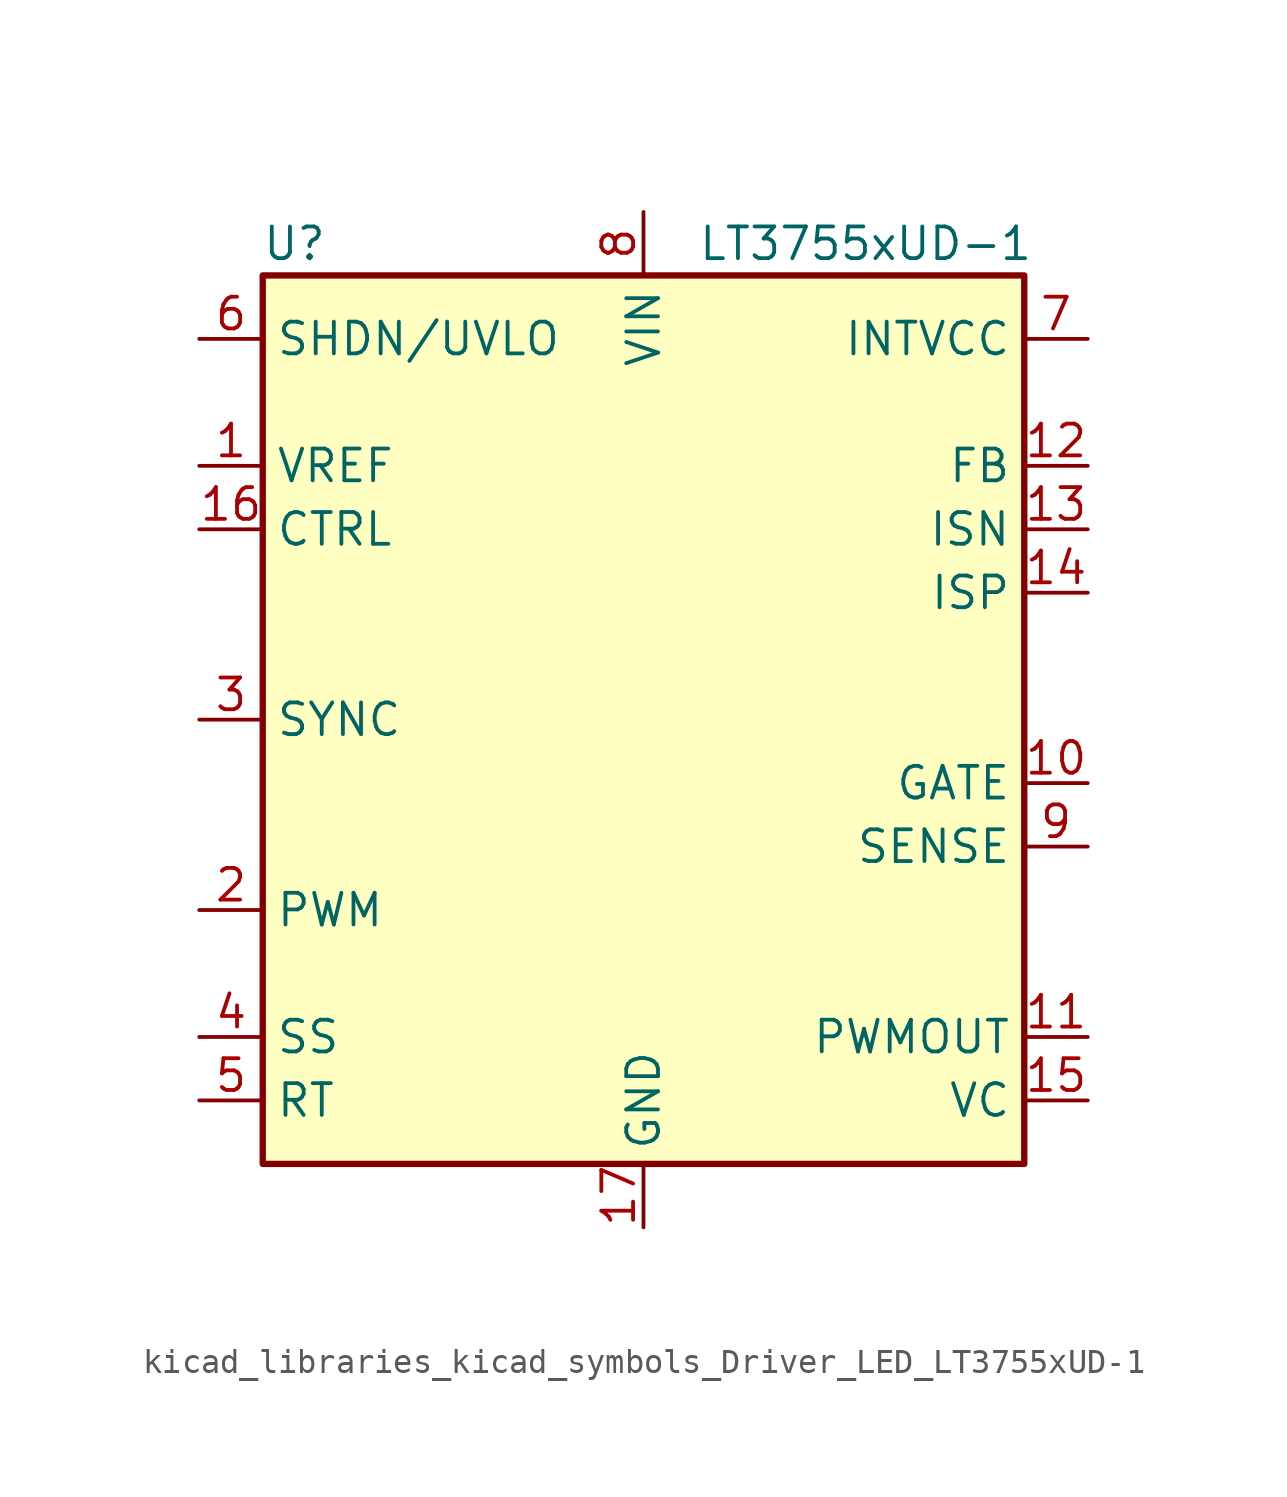
<source format=kicad_sym>
(kicad_symbol_lib
  (version 20220914)
  (generator kicad_symbol_editor)
  (symbol "kicad_libraries_kicad_symbols_Driver_LED_LT3755xUD-1"
    (property "Reference" "U"
      (at -13.97 19.05 0)
      (effects (font (size 1.27 1.27))))
    (property "Value" "LT3755xUD-1"
      (at 8.89 19.05 0)
      (effects (font (size 1.27 1.27))))
    (symbol "kicad_libraries_kicad_symbols_Driver_LED_LT3755xUD-1_0_1"
      (rectangle (start -15.24 -17.78) (end 15.24 17.78) (stroke (width 0.254) (type default)) (fill (type background))))
    (symbol "kicad_libraries_kicad_symbols_Driver_LED_LT3755xUD-1_1_1"
      (pin output line (at -17.78 10.16 0) (length 2.54) (name "VREF" (effects (font (size 1.27 1.27)))) (number "1" (effects (font (size 1.27 1.27)))))
      (pin output line (at 17.78 -2.54 180) (length 2.54) (name "GATE" (effects (font (size 1.27 1.27)))) (number "10" (effects (font (size 1.27 1.27)))))
      (pin output line (at 17.78 -12.7 180) (length 2.54) (name "PWMOUT" (effects (font (size 1.27 1.27)))) (number "11" (effects (font (size 1.27 1.27)))))
      (pin input line (at 17.78 10.16 180) (length 2.54) (name "FB" (effects (font (size 1.27 1.27)))) (number "12" (effects (font (size 1.27 1.27)))))
      (pin input line (at 17.78 7.62 180) (length 2.54) (name "ISN" (effects (font (size 1.27 1.27)))) (number "13" (effects (font (size 1.27 1.27)))))
      (pin input line (at 17.78 5.08 180) (length 2.54) (name "ISP" (effects (font (size 1.27 1.27)))) (number "14" (effects (font (size 1.27 1.27)))))
      (pin output line (at 17.78 -15.24 180) (length 2.54) (name "VC" (effects (font (size 1.27 1.27)))) (number "15" (effects (font (size 1.27 1.27)))))
      (pin input line (at -17.78 7.62 0) (length 2.54) (name "CTRL" (effects (font (size 1.27 1.27)))) (number "16" (effects (font (size 1.27 1.27)))))
      (pin power_in line (at 0 -20.32 90) (length 2.54) (name "GND" (effects (font (size 1.27 1.27)))) (number "17" (effects (font (size 1.27 1.27)))))
      (pin input line (at -17.78 -7.62 0) (length 2.54) (name "PWM" (effects (font (size 1.27 1.27)))) (number "2" (effects (font (size 1.27 1.27)))))
      (pin input line (at -17.78 0 0) (length 2.54) (name "SYNC" (effects (font (size 1.27 1.27)))) (number "3" (effects (font (size 1.27 1.27)))))
      (pin input line (at -17.78 -12.7 0) (length 2.54) (name "SS" (effects (font (size 1.27 1.27)))) (number "4" (effects (font (size 1.27 1.27)))))
      (pin input line (at -17.78 -15.24 0) (length 2.54) (name "RT" (effects (font (size 1.27 1.27)))) (number "5" (effects (font (size 1.27 1.27)))))
      (pin input line (at -17.78 15.24 0) (length 2.54) (name "SHDN/UVLO" (effects (font (size 1.27 1.27)))) (number "6" (effects (font (size 1.27 1.27)))))
      (pin power_out line (at 17.78 15.24 180) (length 2.54) (name "INTVCC" (effects (font (size 1.27 1.27)))) (number "7" (effects (font (size 1.27 1.27)))))
      (pin power_in line (at 0 20.32 270) (length 2.54) (name "VIN" (effects (font (size 1.27 1.27)))) (number "8" (effects (font (size 1.27 1.27)))))
      (pin input line (at 17.78 -5.08 180) (length 2.54) (name "SENSE" (effects (font (size 1.27 1.27)))) (number "9" (effects (font (size 1.27 1.27))))))))
</source>
